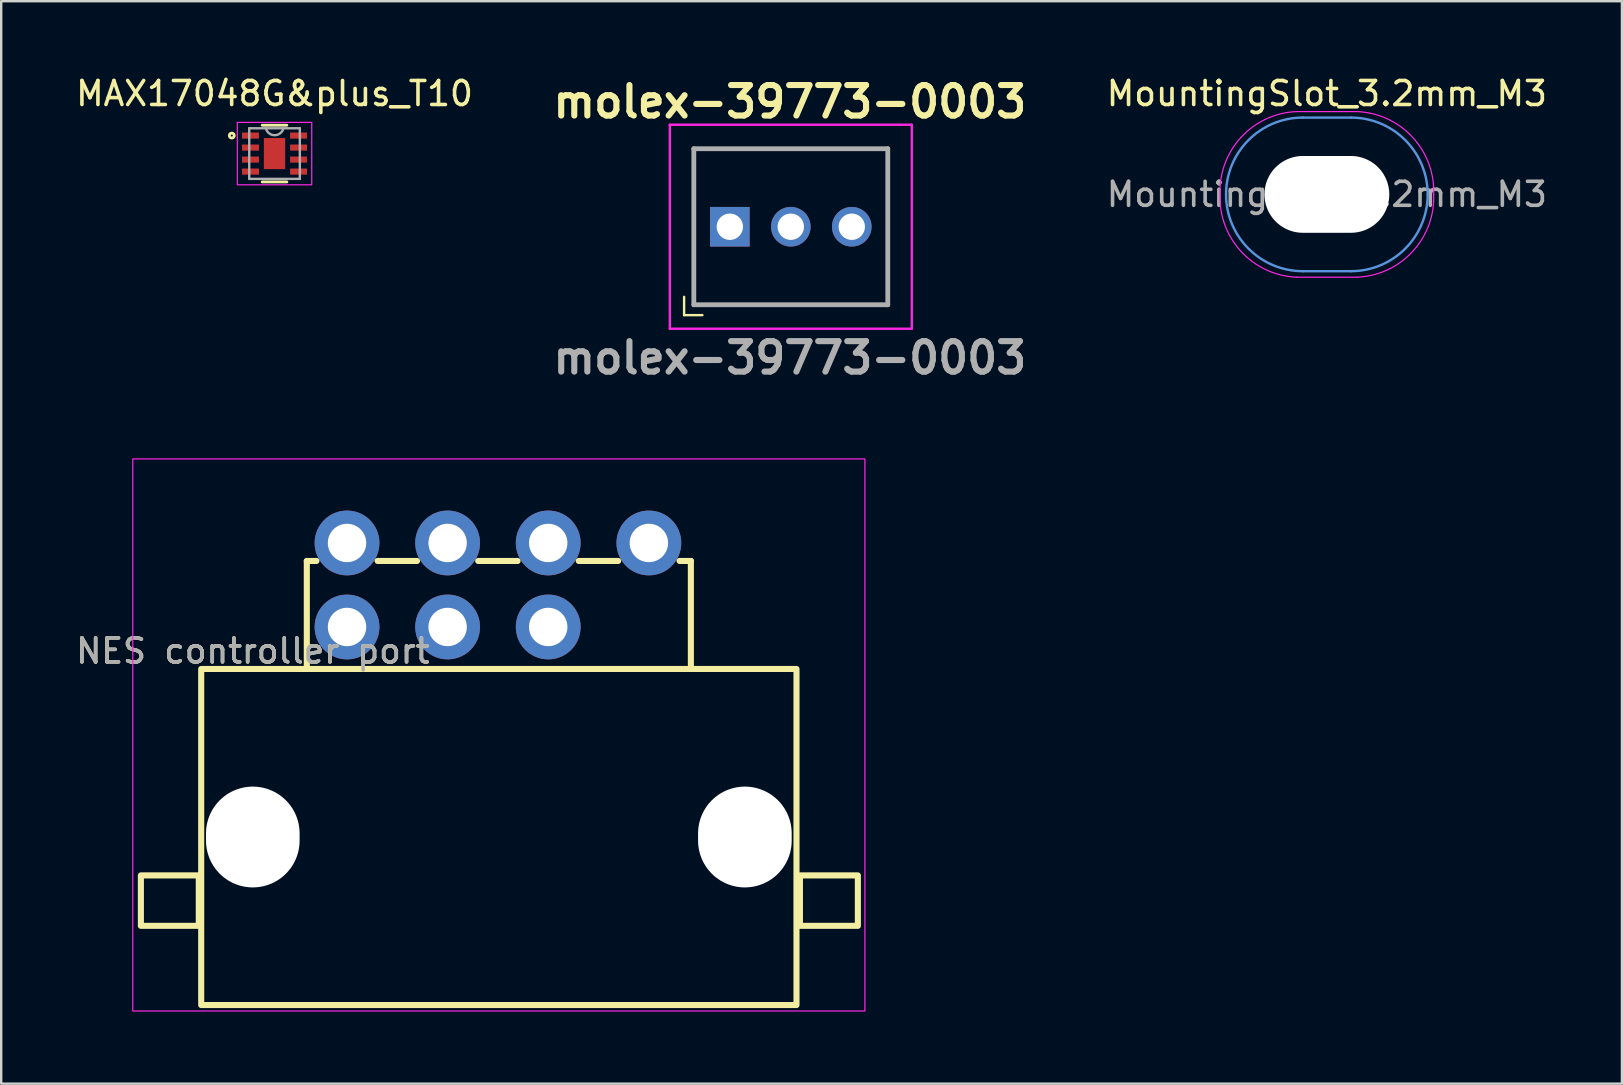
<source format=kicad_pcb>
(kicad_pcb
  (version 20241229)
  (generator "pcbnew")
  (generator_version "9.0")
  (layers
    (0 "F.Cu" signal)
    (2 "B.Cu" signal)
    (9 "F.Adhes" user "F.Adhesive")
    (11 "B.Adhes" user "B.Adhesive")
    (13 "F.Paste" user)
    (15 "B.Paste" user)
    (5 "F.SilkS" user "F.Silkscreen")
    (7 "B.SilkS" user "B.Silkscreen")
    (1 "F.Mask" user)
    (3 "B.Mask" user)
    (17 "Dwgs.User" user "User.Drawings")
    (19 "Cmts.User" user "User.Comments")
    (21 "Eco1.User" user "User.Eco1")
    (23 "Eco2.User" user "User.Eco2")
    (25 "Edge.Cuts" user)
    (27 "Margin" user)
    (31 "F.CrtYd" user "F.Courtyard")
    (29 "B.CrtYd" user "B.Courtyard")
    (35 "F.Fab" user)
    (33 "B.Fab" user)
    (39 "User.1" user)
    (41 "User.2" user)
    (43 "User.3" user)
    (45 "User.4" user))
  (footprint "NES controller port"
    (layer "F.Cu")
    (at 17.732 24.57)
    (property "Reference" "NES controller port" (at -10.25 -0.5 0) (unlocked yes) (layer "F.SilkS") (effects (font (size 1 1) (thickness 0.15))))
    (attr through_hole)
    (fp_line (start -8 -4.25) (end -8 0.25) (stroke (width 0.254) (type solid)) (layer "F.SilkS"))
    (fp_line (start -8 -4.25) (end -7.6 -4.25) (stroke (width 0.254) (type solid)) (layer "F.SilkS"))
    (fp_line (start -3.41 -4.25) (end -5.05 -4.25) (stroke (width 0.254) (type solid)) (layer "F.SilkS"))
    (fp_line (start 0.78 -4.25) (end -0.86 -4.25) (stroke (width 0.254) (type solid)) (layer "F.SilkS"))
    (fp_line (start 4.97 -4.25) (end 3.33 -4.25) (stroke (width 0.254) (type solid)) (layer "F.SilkS"))
    (fp_line (start 8 -4.25) (end 7.53 -4.25) (stroke (width 0.254) (type solid)) (layer "F.SilkS"))
    (fp_line (start 8 0.25) (end 8 -4.25) (stroke (width 0.254) (type solid)) (layer "F.SilkS"))
    (fp_rect (start -12.5 10.95) (end -14.913 8.85) (stroke (width 0.254) (type solid)) (fill no) (layer "F.SilkS"))
    (fp_rect (start 12.4 14.25) (end -12.4 0.25) (stroke (width 0.254) (type solid)) (fill no) (layer "F.SilkS"))
    (fp_rect (start 14.957 10.95) (end 12.543 8.85) (stroke (width 0.254) (type solid)) (fill no) (layer "F.SilkS"))
    (fp_rect (start -15.25 14.5) (end 15.25 -8.5) (stroke (width 0.05) (type solid)) (fill no) (layer "F.CrtYd"))
    (fp_text user "${REFERENCE}" (at -10.25 -0.5 0) (unlocked yes) (layer "F.Fab") (effects (font (size 1 1) (thickness 0.15))))
    (pad "" np_thru_hole oval (at -10.25 7.25) (size 3.9 4.2) (drill oval 3.9 4.2) (layers "*.Cu" "*.Mask"))
    (pad "" thru_hole circle (at -6.325 -1.5) (size 2.7 2.7) (drill 1.6) (layers "*.Cu" "*.Mask"))
    (pad "" thru_hole circle (at -2.134 -1.5) (size 2.7 2.7) (drill 1.6) (layers "*.Cu" "*.Mask"))
    (pad "" np_thru_hole oval (at 10.25 7.25) (size 3.9 4.2) (drill oval 3.9 4.2) (layers "*.Cu" "*.Mask"))
    (pad "5V" thru_hole circle (at 2.057 -1.5) (size 2.7 2.7) (drill 1.6) (layers "*.Cu" "*.Mask"))
    (pad "C" thru_hole circle (at 2.057 -5) (size 2.7 2.7) (drill 1.6) (layers "*.Cu" "*.Mask"))
    (pad "D" thru_hole circle (at -6.325 -5) (size 2.7 2.7) (drill 1.6) (layers "*.Cu" "*.Mask"))
    (pad "G" thru_hole circle (at 6.25 -5) (size 2.7 2.7) (drill 1.6) (layers "*.Cu" "*.Mask"))
    (pad "L" thru_hole circle (at -2.134 -5) (size 2.7 2.7) (drill 1.6) (layers "*.Cu" "*.Mask")))
  (footprint "molex-39773-0003"
    (layer "F.Cu")
    (at 29.855 6.396)
    (property "Reference" "molex-39773-0003" (at 0 -5.207 0) (layer "F.SilkS") (effects (font (size 1.27 1.27) (thickness 0.254))))
    (attr through_hole)
    (fp_line (start -4.405 3.683) (end -4.405 2.921) (stroke (width 0.1) (type default)) (layer "F.SilkS"))
    (fp_line (start -4 -3.25) (end -4 3.25) (stroke (width 0.1) (type solid)) (layer "F.SilkS"))
    (fp_line (start -4 3.25) (end 4.08 3.25) (stroke (width 0.1) (type solid)) (layer "F.SilkS"))
    (fp_line (start -3.643 3.683) (end -4.405 3.683) (stroke (width 0.1) (type default)) (layer "F.SilkS"))
    (fp_line (start 4.08 -3.25) (end -4 -3.25) (stroke (width 0.1) (type solid)) (layer "F.SilkS"))
    (fp_line (start 4.08 3.25) (end 4.08 -3.25) (stroke (width 0.1) (type solid)) (layer "F.SilkS"))
    (fp_line (start -5 -4.25) (end -5 4.25) (stroke (width 0.1) (type solid)) (layer "F.CrtYd"))
    (fp_line (start -5 4.25) (end 5.08 4.25) (stroke (width 0.1) (type solid)) (layer "F.CrtYd"))
    (fp_line (start 5.08 -4.25) (end -5 -4.25) (stroke (width 0.1) (type solid)) (layer "F.CrtYd"))
    (fp_line (start 5.08 4.25) (end 5.08 -4.25) (stroke (width 0.1) (type solid)) (layer "F.CrtYd"))
    (fp_line (start -4 -3.25) (end 4.08 -3.25) (stroke (width 0.2) (type solid)) (layer "F.Fab"))
    (fp_line (start -4 3.25) (end -4 -3.25) (stroke (width 0.2) (type solid)) (layer "F.Fab"))
    (fp_line (start 4.08 -3.25) (end 4.08 3.25) (stroke (width 0.2) (type solid)) (layer "F.Fab"))
    (fp_line (start 4.08 3.25) (end -4 3.25) (stroke (width 0.2) (type solid)) (layer "F.Fab"))
    (fp_text user "${REFERENCE}" (at 0 5.461 0) (layer "F.Fab") (effects (font (size 1.27 1.27) (thickness 0.254))))
    (pad "1" thru_hole rect (at -2.5 0 180) (size 1.65 1.65) (drill 1.1) (layers "*.Cu" "*.Mask"))
    (pad "2" thru_hole circle (at 0.04 0 180) (size 1.65 1.65) (drill 1.1) (layers "*.Cu" "*.Mask"))
    (pad "3" thru_hole circle (at 2.58 0 180) (size 1.65 1.65) (drill 1.1) (layers "*.Cu" "*.Mask")))
  (footprint "MountingSlot_3.2mm_M3"
    (layer "F.Cu")
    (at 52.228 5.048)
    (property "Reference" "MountingSlot_3.2mm_M3" (at 0 -4.2 0) (layer "F.SilkS") (effects (font (size 1 1) (thickness 0.15))))
    (attr exclude_from_pos_files exclude_from_bom)
    (fp_line (start -1 -3.2) (end 1 -3.2) (stroke (width 0.1) (type default)) (layer "Cmts.User"))
    (fp_line (start -1 3.2) (end 1 3.2) (stroke (width 0.1) (type default)) (layer "Cmts.User"))
    (fp_arc (start -4.2 0) (mid -3.262742 -2.262742) (end -1 -3.2) (stroke (width 0.1) (type default)) (layer "Cmts.User"))
    (fp_arc (start -1 3.2) (mid -3.262742 2.262742) (end -4.2 0) (stroke (width 0.1) (type default)) (layer "Cmts.User"))
    (fp_arc (start 1 -3.2) (mid 3.262742 -2.262742) (end 4.2 0) (stroke (width 0.1) (type default)) (layer "Cmts.User"))
    (fp_arc (start 4.2 0) (mid 3.262742 2.262742) (end 1 3.2) (stroke (width 0.1) (type default)) (layer "Cmts.User"))
    (fp_line (start -1.25 -3.45) (end 1.25 -3.45) (stroke (width 0.05) (type default)) (layer "F.CrtYd"))
    (fp_line (start -1.25 3.45) (end 1.25 3.45) (stroke (width 0.05) (type default)) (layer "F.CrtYd"))
    (fp_arc (start -4.45 0) (mid -3.564518 -2.387741) (end -1.25 -3.45) (stroke (width 0.05) (type default)) (layer "F.CrtYd"))
    (fp_arc (start -1.25 3.45) (mid -3.564518 2.387742) (end -4.45 0) (stroke (width 0.05) (type default)) (layer "F.CrtYd"))
    (fp_arc (start 1.25 -3.45) (mid 3.564518 -2.387742) (end 4.45 0) (stroke (width 0.05) (type default)) (layer "F.CrtYd"))
    (fp_arc (start 4.45 0) (mid 3.564518 2.387741) (end 1.25 3.45) (stroke (width 0.05) (type default)) (layer "F.CrtYd"))
    (fp_text user "${REFERENCE}" (at 0 0 0) (layer "F.Fab") (effects (font (size 1 1) (thickness 0.15))))
    (pad "" np_thru_hole oval (at 0 0) (size 5.2 3.2) (drill oval 5.2 3.2) (layers "*.Cu" "*.Mask")))
  (footprint "MAX17048G&plus_T10"
    (layer "F.Cu")
    (at 8.387 3.348)
    (property "Reference" "MAX17048G&plus_T10" (at 0 -2.5 0) (layer "F.SilkS") (effects (font (size 1 1) (thickness 0.15))))
    (attr smd)
    (fp_line (start -0.512 1.181) (end 0.512 1.181) (stroke (width 0.12) (type solid)) (layer "F.SilkS"))
    (fp_line (start 0.512 -1.181) (end -0.512 -1.181) (stroke (width 0.12) (type solid)) (layer "F.SilkS"))
    (fp_circle (center -1.78 -0.75) (end -1.678 -0.75) (stroke (width 0.12) (type solid)) (fill no) (layer "F.SilkS"))
    (fp_rect (start -0.15 -0.255) (end 0.15 0.26) (stroke (width 0.12) (type solid)) (fill yes) (layer "F.Paste"))
    (fp_rect (start -1.55 -1.3) (end 1.55 1.3) (stroke (width 0.05) (type solid)) (fill no) (layer "F.CrtYd"))
    (fp_line (start -1.054 -1.054) (end -1.054 1.054) (stroke (width 0.1) (type solid)) (layer "F.Fab"))
    (fp_line (start -1.054 1.054) (end 1.054 1.054) (stroke (width 0.1) (type solid)) (layer "F.Fab"))
    (fp_line (start 1.054 -1.054) (end -1.054 -1.054) (stroke (width 0.1) (type solid)) (layer "F.Fab"))
    (fp_line (start 1.054 1.054) (end 1.054 -1.054) (stroke (width 0.1) (type solid)) (layer "F.Fab"))
    (fp_arc (start 0.37 -1.05) (mid 0.005 -0.765523) (end -0.36 -1.05) (stroke (width 0.1) (type solid)) (layer "F.Fab"))
    (pad "1" smd rect (at -1.001 -0.75) (size 0.706 0.255) (layers "F.Cu" "F.Mask" "F.Paste"))
    (pad "2" smd rect (at -1.001 -0.25) (size 0.706 0.255) (layers "F.Cu" "F.Mask" "F.Paste"))
    (pad "3" smd rect (at -1.001 0.25) (size 0.706 0.255) (layers "F.Cu" "F.Mask" "F.Paste"))
    (pad "4" smd rect (at -1.001 0.75) (size 0.706 0.255) (layers "F.Cu" "F.Mask" "F.Paste"))
    (pad "5" smd rect (at 1.001 0.75) (size 0.706 0.255) (layers "F.Cu" "F.Mask" "F.Paste"))
    (pad "6" smd rect (at 1.001 0.25) (size 0.706 0.255) (layers "F.Cu" "F.Mask" "F.Paste"))
    (pad "7" smd rect (at 1.001 -0.25) (size 0.706 0.255) (layers "F.Cu" "F.Mask" "F.Paste"))
    (pad "8" smd rect (at 1.001 -0.75) (size 0.706 0.255) (layers "F.Cu" "F.Mask" "F.Paste"))
    (pad "9" smd rect (at 0 0) (size 0.889 1.295) (layers "F.Cu" "F.Mask")))
  (gr_rect
    (start -3 -3)
    (end 64.52 42.095)
    (stroke (width 0.1) (type default))
    (fill no)
    (layer "Edge.Cuts")))
</source>
